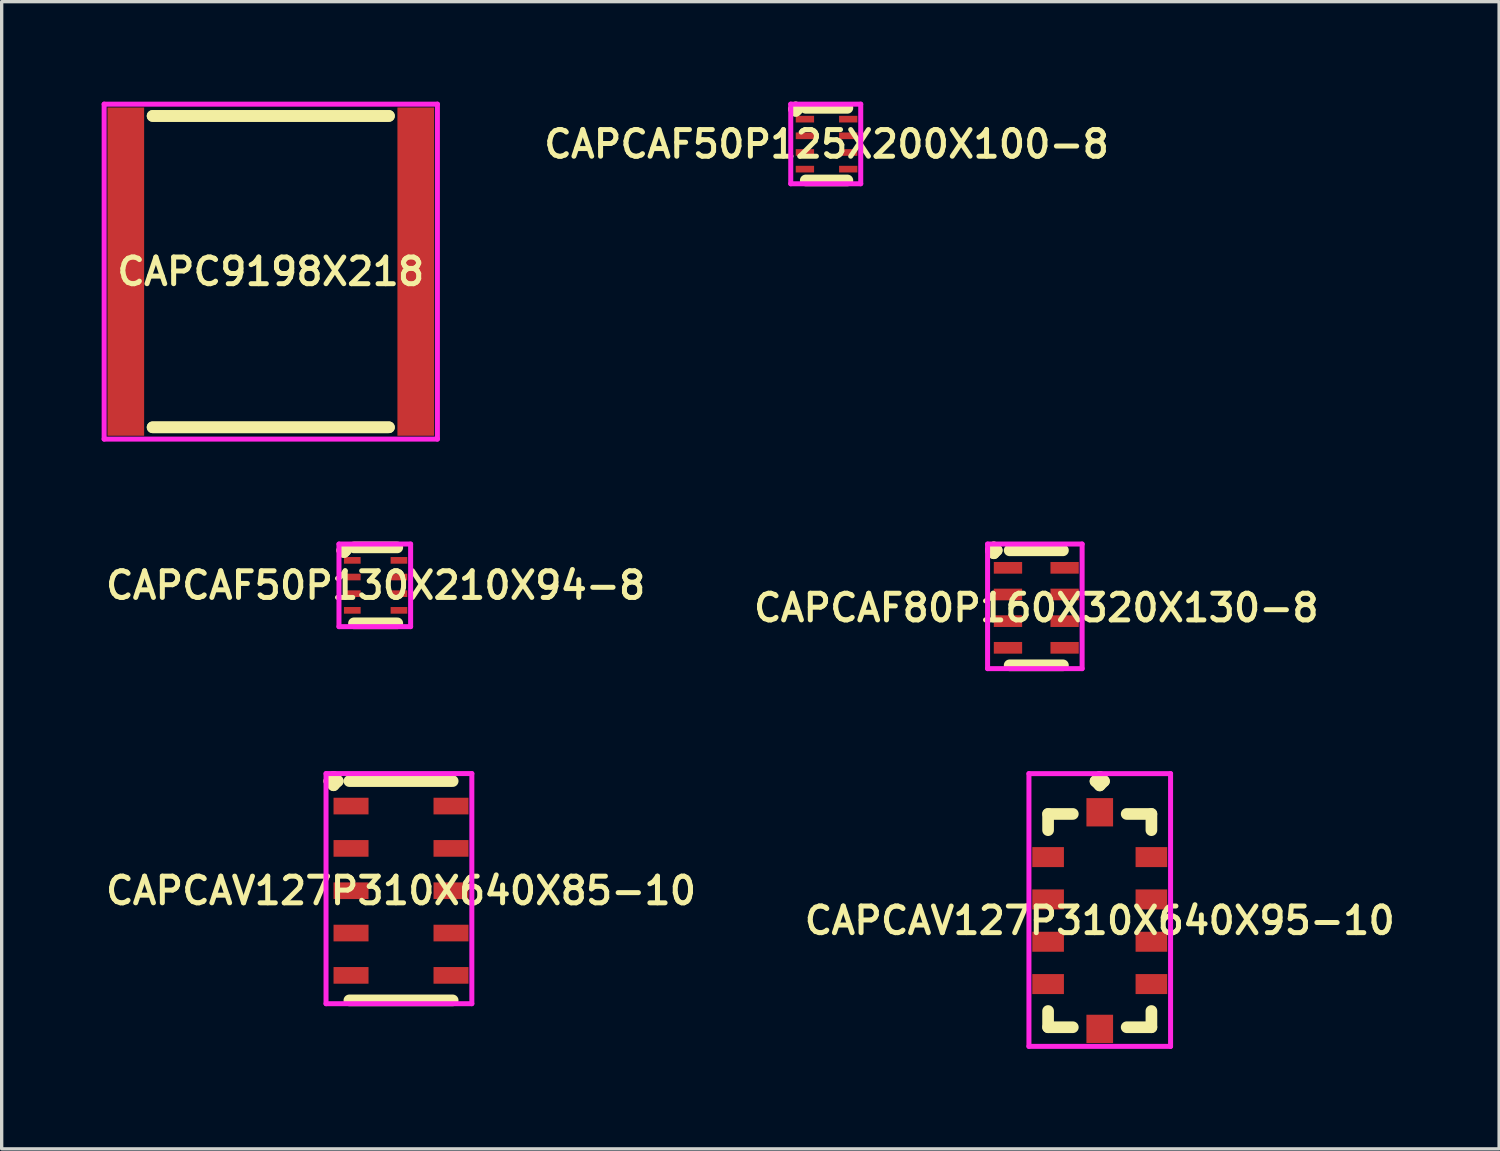
<source format=kicad_pcb>
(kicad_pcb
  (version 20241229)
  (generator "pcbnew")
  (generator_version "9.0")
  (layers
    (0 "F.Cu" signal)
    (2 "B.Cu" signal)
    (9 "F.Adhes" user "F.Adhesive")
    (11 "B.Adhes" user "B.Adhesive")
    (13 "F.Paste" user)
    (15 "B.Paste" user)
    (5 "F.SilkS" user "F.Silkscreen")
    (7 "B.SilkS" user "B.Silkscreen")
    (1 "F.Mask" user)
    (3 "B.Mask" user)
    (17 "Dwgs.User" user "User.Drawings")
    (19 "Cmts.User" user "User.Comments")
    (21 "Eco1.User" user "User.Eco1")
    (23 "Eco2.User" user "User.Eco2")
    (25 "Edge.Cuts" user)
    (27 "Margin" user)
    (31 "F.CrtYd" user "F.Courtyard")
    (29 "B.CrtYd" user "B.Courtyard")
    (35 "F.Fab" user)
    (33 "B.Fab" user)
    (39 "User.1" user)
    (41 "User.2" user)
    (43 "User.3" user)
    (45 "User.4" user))
  (footprint "CAPCAF50P130X210X94-8"
    (layer "F.Cu")
    (at 8.221 14.514)
    (property "Reference" "CAPCAF50P130X210X94-8" (at 0 0 0) (layer "F.SilkS") (effects (font (size 0.8 0.8) (thickness 0.15))))
    (attr smd)
    (fp_line (start -1 -1.05) (end -0.95 -1.1) (stroke (width 0.35) (type solid)) (layer "F.SilkS"))
    (fp_line (start -0.95 -1.1) (end -0.9 -1.05) (stroke (width 0.35) (type solid)) (layer "F.SilkS"))
    (fp_line (start -0.95 -1) (end -1 -1.05) (stroke (width 0.35) (type solid)) (layer "F.SilkS"))
    (fp_line (start -0.9 -1.05) (end -0.95 -1) (stroke (width 0.35) (type solid)) (layer "F.SilkS"))
    (fp_line (start -0.65 -1.139) (end 0.65 -1.139) (stroke (width 0.35) (type solid)) (layer "F.SilkS"))
    (fp_line (start -0.65 1.139) (end 0.65 1.139) (stroke (width 0.35) (type solid)) (layer "F.SilkS"))
    (fp_line (start -1.1 -1.239) (end 1.05 -1.239) (stroke (width 0.15) (type solid)) (layer "F.CrtYd"))
    (fp_line (start -1.1 1.239) (end -1.1 -1.239) (stroke (width 0.15) (type solid)) (layer "F.CrtYd"))
    (fp_line (start 1.05 -1.239) (end 1.05 1.239) (stroke (width 0.15) (type solid)) (layer "F.CrtYd"))
    (fp_line (start 1.05 1.239) (end -1.1 1.239) (stroke (width 0.15) (type solid)) (layer "F.CrtYd"))
    (pad "1" smd rect (at -0.7 -0.75) (size 0.5 0.2) (layers "F.Cu" "F.Mask" "F.Paste"))
    (pad "2" smd rect (at -0.7 -0.25) (size 0.5 0.2) (layers "F.Cu" "F.Mask" "F.Paste"))
    (pad "3" smd rect (at -0.7 0.25) (size 0.5 0.2) (layers "F.Cu" "F.Mask" "F.Paste"))
    (pad "4" smd rect (at -0.7 0.75) (size 0.5 0.2) (layers "F.Cu" "F.Mask" "F.Paste"))
    (pad "5" smd rect (at 0.7 0.75) (size 0.5 0.2) (layers "F.Cu" "F.Mask" "F.Paste"))
    (pad "6" smd rect (at 0.7 0.25) (size 0.5 0.2) (layers "F.Cu" "F.Mask" "F.Paste"))
    (pad "7" smd rect (at 0.7 -0.25) (size 0.5 0.2) (layers "F.Cu" "F.Mask" "F.Paste"))
    (pad "8" smd rect (at 0.7 -0.75) (size 0.5 0.2) (layers "F.Cu" "F.Mask" "F.Paste")))
  (footprint "CAPCAV127P310X640X85-10"
    (layer "F.Cu")
    (at 8.983 23.677)
    (property "Reference" "CAPCAV127P310X640X85-10" (at 0 0 0) (layer "F.SilkS") (effects (font (size 0.8 0.8) (thickness 0.15))))
    (attr smd)
    (fp_line (start -2.15 -3.29) (end -2.025 -3.415) (stroke (width 0.35) (type solid)) (layer "F.SilkS"))
    (fp_line (start -2.025 -3.415) (end -1.9 -3.29) (stroke (width 0.35) (type solid)) (layer "F.SilkS"))
    (fp_line (start -2.025 -3.165) (end -2.15 -3.29) (stroke (width 0.35) (type solid)) (layer "F.SilkS"))
    (fp_line (start -1.9 -3.29) (end -2.025 -3.165) (stroke (width 0.35) (type solid)) (layer "F.SilkS"))
    (fp_line (start -1.55 -3.29) (end 1.55 -3.29) (stroke (width 0.35) (type solid)) (layer "F.SilkS"))
    (fp_line (start -1.55 3.29) (end 1.55 3.29) (stroke (width 0.35) (type solid)) (layer "F.SilkS"))
    (fp_line (start -2.25 -3.515) (end 2.125 -3.515) (stroke (width 0.15) (type solid)) (layer "F.CrtYd"))
    (fp_line (start -2.25 3.39) (end -2.25 -3.515) (stroke (width 0.15) (type solid)) (layer "F.CrtYd"))
    (fp_line (start 2.125 -3.515) (end 2.125 3.39) (stroke (width 0.15) (type solid)) (layer "F.CrtYd"))
    (fp_line (start 2.125 3.39) (end -2.25 3.39) (stroke (width 0.15) (type solid)) (layer "F.CrtYd"))
    (pad "1" smd rect (at -1.5 -2.54) (size 1.05 0.5) (layers "F.Cu" "F.Mask" "F.Paste"))
    (pad "2" smd rect (at -1.5 -1.27) (size 1.05 0.5) (layers "F.Cu" "F.Mask" "F.Paste"))
    (pad "3" smd rect (at -1.5 0) (size 1.05 0.5) (layers "F.Cu" "F.Mask" "F.Paste"))
    (pad "4" smd rect (at -1.5 1.27) (size 1.05 0.5) (layers "F.Cu" "F.Mask" "F.Paste"))
    (pad "5" smd rect (at -1.5 2.54) (size 1.05 0.5) (layers "F.Cu" "F.Mask" "F.Paste"))
    (pad "6" smd rect (at 1.5 2.54) (size 1.05 0.5) (layers "F.Cu" "F.Mask" "F.Paste"))
    (pad "7" smd rect (at 1.5 1.27) (size 1.05 0.5) (layers "F.Cu" "F.Mask" "F.Paste"))
    (pad "8" smd rect (at 1.5 0) (size 1.05 0.5) (layers "F.Cu" "F.Mask" "F.Paste"))
    (pad "9" smd rect (at 1.5 -1.27) (size 1.05 0.5) (layers "F.Cu" "F.Mask" "F.Paste"))
    (pad "10" smd rect (at 1.5 -2.54) (size 1.05 0.5) (layers "F.Cu" "F.Mask" "F.Paste")))
  (footprint "CAPCAV127P310X640X95-10"
    (layer "F.Cu")
    (at 29.949 24.573)
    (property "Reference" "CAPCAV127P310X640X95-10" (at 0 0 0) (layer "F.SilkS") (effects (font (size 0.8 0.8) (thickness 0.15))))
    (attr smd)
    (fp_line (start -1.55 -3.2) (end -0.808 -3.2) (stroke (width 0.35) (type solid)) (layer "F.SilkS"))
    (fp_line (start -1.55 -2.713) (end -1.55 -3.2) (stroke (width 0.35) (type solid)) (layer "F.SilkS"))
    (fp_line (start -1.55 2.713) (end -1.55 3.2) (stroke (width 0.35) (type solid)) (layer "F.SilkS"))
    (fp_line (start -1.55 3.2) (end -0.808 3.2) (stroke (width 0.35) (type solid)) (layer "F.SilkS"))
    (fp_line (start -0.127 -4.183) (end 0 -4.31) (stroke (width 0.35) (type solid)) (layer "F.SilkS"))
    (fp_line (start 0 -4.31) (end 0.127 -4.183) (stroke (width 0.35) (type solid)) (layer "F.SilkS"))
    (fp_line (start 0 -4.056) (end -0.127 -4.183) (stroke (width 0.35) (type solid)) (layer "F.SilkS"))
    (fp_line (start 0.127 -4.183) (end 0 -4.056) (stroke (width 0.35) (type solid)) (layer "F.SilkS"))
    (fp_line (start 1.55 -3.2) (end 0.808 -3.2) (stroke (width 0.35) (type solid)) (layer "F.SilkS"))
    (fp_line (start 1.55 -2.713) (end 1.55 -3.2) (stroke (width 0.35) (type solid)) (layer "F.SilkS"))
    (fp_line (start 1.55 2.713) (end 1.55 3.2) (stroke (width 0.35) (type solid)) (layer "F.SilkS"))
    (fp_line (start 1.55 3.2) (end 0.808 3.2) (stroke (width 0.35) (type solid)) (layer "F.SilkS"))
    (fp_line (start -2.125 -4.41) (end 2.125 -4.41) (stroke (width 0.15) (type solid)) (layer "F.CrtYd"))
    (fp_line (start -2.125 3.775) (end -2.125 -4.41) (stroke (width 0.15) (type solid)) (layer "F.CrtYd"))
    (fp_line (start 2.125 -4.41) (end 2.125 3.775) (stroke (width 0.15) (type solid)) (layer "F.CrtYd"))
    (fp_line (start 2.125 3.775) (end -2.125 3.775) (stroke (width 0.15) (type solid)) (layer "F.CrtYd"))
    (pad "1" smd rect (at 0 -3.25) (size 0.8 0.85) (layers "F.Cu" "F.Mask" "F.Paste"))
    (pad "2" smd rect (at -1.55 -1.905) (size 0.95 0.6) (layers "F.Cu" "F.Mask" "F.Paste"))
    (pad "3" smd rect (at -1.55 -0.635) (size 0.95 0.6) (layers "F.Cu" "F.Mask" "F.Paste"))
    (pad "4" smd rect (at -1.55 0.635) (size 0.95 0.6) (layers "F.Cu" "F.Mask" "F.Paste"))
    (pad "5" smd rect (at -1.55 1.905) (size 0.95 0.6) (layers "F.Cu" "F.Mask" "F.Paste"))
    (pad "6" smd rect (at 0 3.25) (size 0.8 0.85) (layers "F.Cu" "F.Mask" "F.Paste"))
    (pad "7" smd rect (at 1.55 1.905) (size 0.95 0.6) (layers "F.Cu" "F.Mask" "F.Paste"))
    (pad "8" smd rect (at 1.55 0.635) (size 0.95 0.6) (layers "F.Cu" "F.Mask" "F.Paste"))
    (pad "9" smd rect (at 1.55 -0.635) (size 0.95 0.6) (layers "F.Cu" "F.Mask" "F.Paste"))
    (pad "10" smd rect (at 1.55 -1.905) (size 0.95 0.6) (layers "F.Cu" "F.Mask" "F.Paste")))
  (footprint "CAPC9198X218"
    (layer "F.Cu")
    (at 5.075 5.1)
    (property "Reference" "CAPC9198X218" (at 0 0 0) (layer "F.SilkS") (effects (font (size 0.8 0.8) (thickness 0.15))))
    (attr through_hole)
    (fp_line (start -3.546 -4.671) (end 3.546 -4.671) (stroke (width 0.35) (type solid)) (layer "F.SilkS"))
    (fp_line (start -3.546 4.671) (end 3.546 4.671) (stroke (width 0.35) (type solid)) (layer "F.SilkS"))
    (fp_line (start 3.546 -4.671) (end -3.546 -4.671) (stroke (width 0.35) (type solid)) (layer "F.SilkS"))
    (fp_line (start 3.546 4.671) (end -3.546 4.671) (stroke (width 0.35) (type solid)) (layer "F.SilkS"))
    (fp_line (start -5 -5.025) (end 5 -5.025) (stroke (width 0.15) (type solid)) (layer "F.CrtYd"))
    (fp_line (start -5 5.025) (end -5 -5.025) (stroke (width 0.15) (type solid)) (layer "F.CrtYd"))
    (fp_line (start 5 -5.025) (end 5 5.025) (stroke (width 0.15) (type solid)) (layer "F.CrtYd"))
    (fp_line (start 5 5.025) (end -5 5.025) (stroke (width 0.15) (type solid)) (layer "F.CrtYd"))
    (pad "1" smd rect (at -4.35 0) (size 1.1 9.85) (layers "F.Cu" "F.Mask" "F.Paste"))
    (pad "2" smd rect (at 4.35 0) (size 1.1 9.85) (layers "F.Cu" "F.Mask" "F.Paste")))
  (footprint "CAPCAF50P125X200X100-8"
    (layer "F.Cu")
    (at 21.752 1.275)
    (property "Reference" "CAPCAF50P125X200X100-8" (at 0 0 0) (layer "F.SilkS") (effects (font (size 0.8 0.8) (thickness 0.15))))
    (attr smd)
    (fp_line (start -0.975 -1.05) (end -0.925 -1.1) (stroke (width 0.35) (type solid)) (layer "F.SilkS"))
    (fp_line (start -0.925 -1.1) (end -0.875 -1.05) (stroke (width 0.35) (type solid)) (layer "F.SilkS"))
    (fp_line (start -0.925 -1) (end -0.975 -1.05) (stroke (width 0.35) (type solid)) (layer "F.SilkS"))
    (fp_line (start -0.875 -1.05) (end -0.925 -1) (stroke (width 0.35) (type solid)) (layer "F.SilkS"))
    (fp_line (start -0.625 -1.089) (end 0.625 -1.089) (stroke (width 0.35) (type solid)) (layer "F.SilkS"))
    (fp_line (start -0.625 1.089) (end 0.625 1.089) (stroke (width 0.35) (type solid)) (layer "F.SilkS"))
    (fp_line (start -1.075 -1.2) (end 1.025 -1.2) (stroke (width 0.15) (type solid)) (layer "F.CrtYd"))
    (fp_line (start -1.075 1.189) (end -1.075 -1.2) (stroke (width 0.15) (type solid)) (layer "F.CrtYd"))
    (fp_line (start 1.025 -1.2) (end 1.025 1.189) (stroke (width 0.15) (type solid)) (layer "F.CrtYd"))
    (fp_line (start 1.025 1.189) (end -1.075 1.189) (stroke (width 0.15) (type solid)) (layer "F.CrtYd"))
    (pad "1" smd rect (at -0.65 -0.75) (size 0.55 0.2) (layers "F.Cu" "F.Mask" "F.Paste"))
    (pad "2" smd rect (at -0.65 -0.25) (size 0.55 0.2) (layers "F.Cu" "F.Mask" "F.Paste"))
    (pad "3" smd rect (at -0.65 0.25) (size 0.55 0.2) (layers "F.Cu" "F.Mask" "F.Paste"))
    (pad "4" smd rect (at -0.65 0.75) (size 0.55 0.2) (layers "F.Cu" "F.Mask" "F.Paste"))
    (pad "5" smd rect (at 0.65 0.75) (size 0.55 0.2) (layers "F.Cu" "F.Mask" "F.Paste"))
    (pad "6" smd rect (at 0.65 0.25) (size 0.55 0.2) (layers "F.Cu" "F.Mask" "F.Paste"))
    (pad "7" smd rect (at 0.65 -0.25) (size 0.55 0.2) (layers "F.Cu" "F.Mask" "F.Paste"))
    (pad "8" smd rect (at 0.65 -0.75) (size 0.55 0.2) (layers "F.Cu" "F.Mask" "F.Paste")))
  (footprint "CAPCAF80P160X320X130-8"
    (layer "F.Cu")
    (at 28.045 15.188)
    (property "Reference" "CAPCAF80P160X320X130-8" (at 0 0 0) (layer "F.SilkS") (effects (font (size 0.8 0.8) (thickness 0.15))))
    (attr through_hole)
    (fp_line (start -1.363 -1.725) (end -1.275 -1.812) (stroke (width 0.35) (type solid)) (layer "F.SilkS"))
    (fp_line (start -1.275 -1.812) (end -1.188 -1.725) (stroke (width 0.35) (type solid)) (layer "F.SilkS"))
    (fp_line (start -1.275 -1.637) (end -1.363 -1.725) (stroke (width 0.35) (type solid)) (layer "F.SilkS"))
    (fp_line (start -1.188 -1.725) (end -1.275 -1.637) (stroke (width 0.35) (type solid)) (layer "F.SilkS"))
    (fp_line (start -0.8 -1.725) (end 0.8 -1.725) (stroke (width 0.35) (type solid)) (layer "F.SilkS"))
    (fp_line (start -0.8 1.725) (end 0.8 1.725) (stroke (width 0.35) (type solid)) (layer "F.SilkS"))
    (fp_line (start -1.462 -1.913) (end 1.375 -1.913) (stroke (width 0.15) (type solid)) (layer "F.CrtYd"))
    (fp_line (start -1.462 1.825) (end -1.462 -1.913) (stroke (width 0.15) (type solid)) (layer "F.CrtYd"))
    (fp_line (start 1.375 -1.913) (end 1.375 1.825) (stroke (width 0.15) (type solid)) (layer "F.CrtYd"))
    (fp_line (start 1.375 1.825) (end -1.462 1.825) (stroke (width 0.15) (type solid)) (layer "F.CrtYd"))
    (pad "1" smd rect (at -0.85 -1.2) (size 0.85 0.35) (layers "F.Cu" "F.Mask" "F.Paste"))
    (pad "2" smd rect (at -0.85 -0.4) (size 0.85 0.35) (layers "F.Cu" "F.Mask" "F.Paste"))
    (pad "3" smd rect (at -0.85 0.4) (size 0.85 0.35) (layers "F.Cu" "F.Mask" "F.Paste"))
    (pad "4" smd rect (at -0.85 1.2) (size 0.85 0.35) (layers "F.Cu" "F.Mask" "F.Paste"))
    (pad "5" smd rect (at 0.85 1.2) (size 0.85 0.35) (layers "F.Cu" "F.Mask" "F.Paste"))
    (pad "6" smd rect (at 0.85 0.4) (size 0.85 0.35) (layers "F.Cu" "F.Mask" "F.Paste"))
    (pad "7" smd rect (at 0.85 -0.4) (size 0.85 0.35) (layers "F.Cu" "F.Mask" "F.Paste"))
    (pad "8" smd rect (at 0.85 -1.2) (size 0.85 0.35) (layers "F.Cu" "F.Mask" "F.Paste")))
  (gr_rect
    (start -3 -3)
    (end 41.932 31.422)
    (stroke (width 0.1) (type default))
    (fill no)
    (layer "Edge.Cuts")))
</source>
